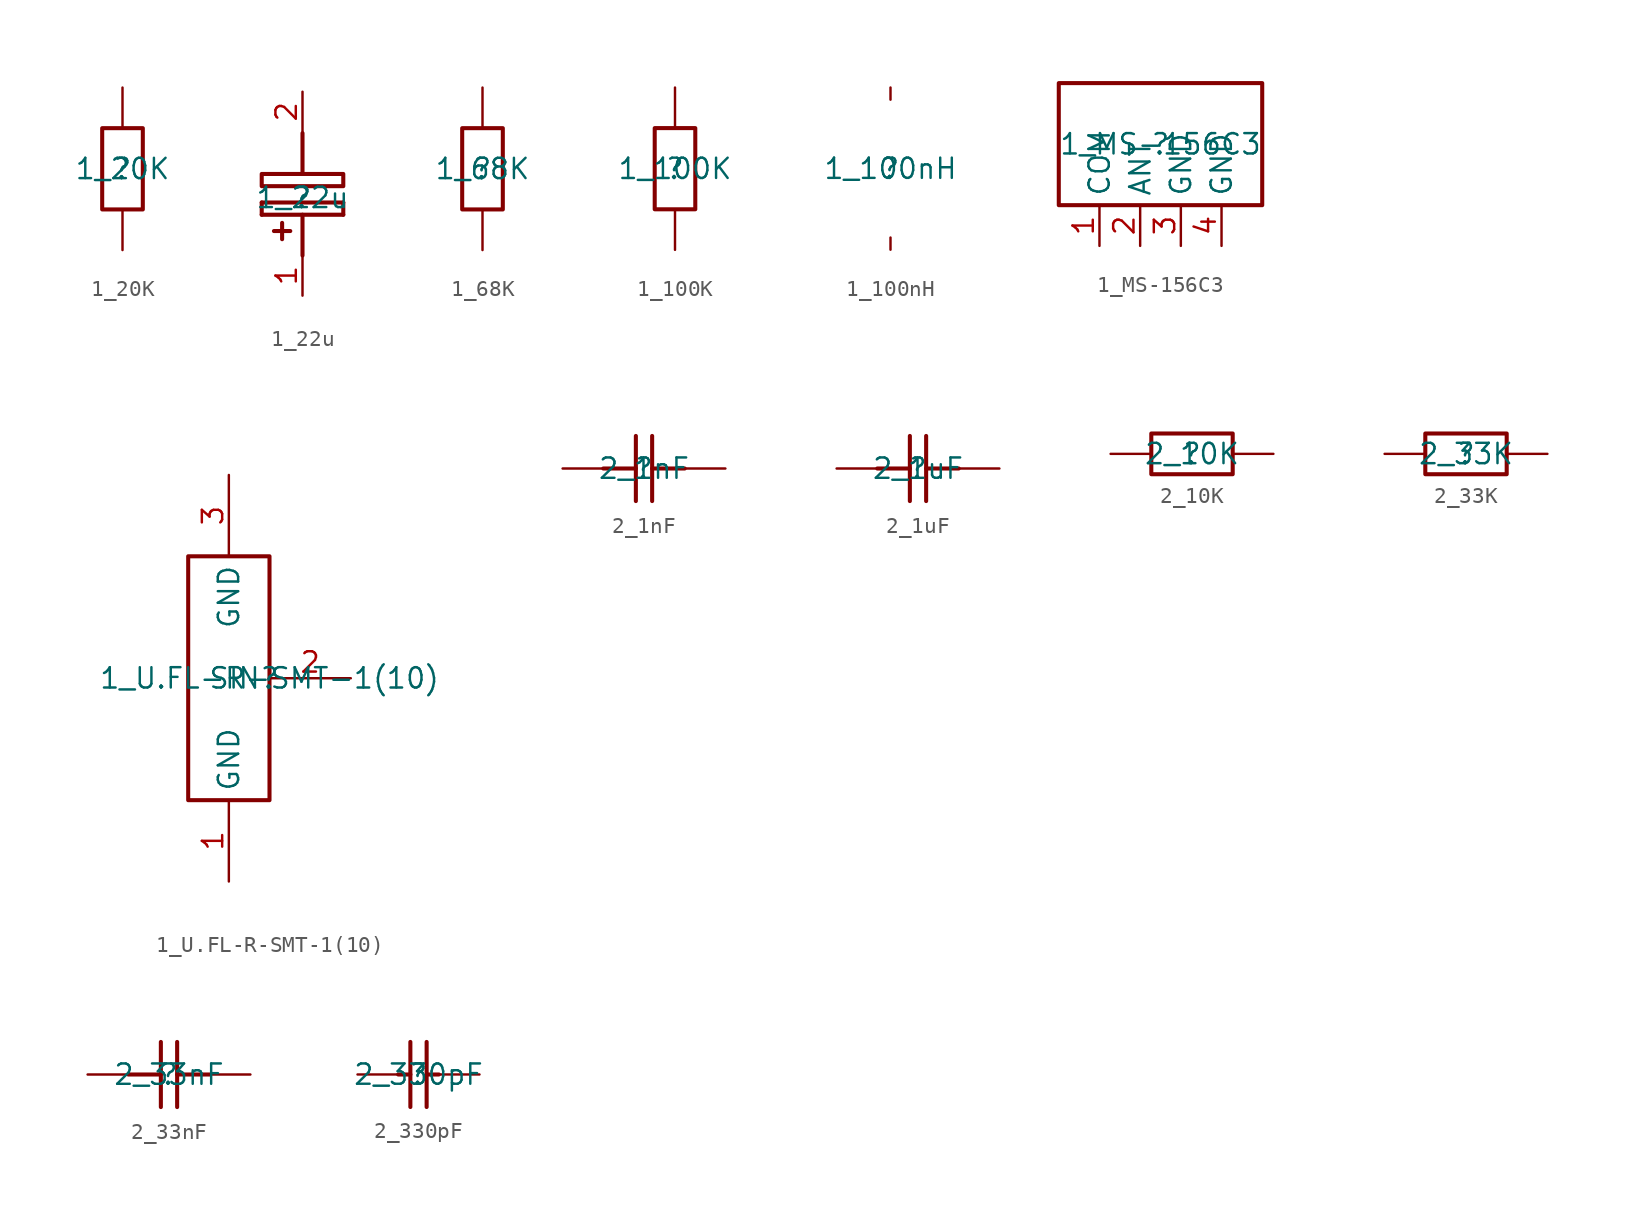
<source format=kicad_sym>
(kicad_symbol_lib
  (version 20211014)
  (generator kicad_symbol_editor)
  (symbol "1_20K"
    (property "Reference" ""
      (at 0 0 0)
      (effects (font (size 1.27 1.27))))
    (property "Value" "1_20K"
      (at 0 0 0)
      (effects (font (size 1.27 1.27))))
    (symbol "1_20K_1_0"
      (rectangle (start 1.27 2.54) (end -1.27 -2.54) (stroke (width 0.254) (type default) (color 0 0 0 0)) (fill (type none)))
      (pin passive line (at 0 -5.08 90) (length 2.54) (name "1" (effects (font (size 0 0)))) (number "1" (effects (font (size 0 0)))))
      (pin passive line (at 0 5.08 270) (length 2.54) (name "2" (effects (font (size 0 0)))) (number "2" (effects (font (size 0 0)))))))
  (symbol "1_22u"
    (property "Reference" ""
      (at 0 0 0)
      (effects (font (size 1.27 1.27))))
    (property "Value" "1_22u"
      (at 0 0 0)
      (effects (font (size 1.27 1.27))))
    (symbol "1_22u_1_0"
      (polyline (pts (xy -2.54 -1.057) (xy -2.54 -0.295)) (stroke (width 0.254) (type default) (color 0 0 0 0)) (fill (type none)))
      (polyline (pts (xy -2.54 -1.057) (xy 2.54 -1.057)) (stroke (width 0.254) (type default) (color 0 0 0 0)) (fill (type none)))
      (polyline (pts (xy -1.778 -2.073) (xy -0.762 -2.073)) (stroke (width 0.254) (type default) (color 0 0 0 0)) (fill (type none)))
      (polyline (pts (xy -1.27 -1.565) (xy -1.27 -2.581)) (stroke (width 0.254) (type default) (color 0 0 0 0)) (fill (type none)))
      (polyline (pts (xy 0 -3.597) (xy 0 -1.057)) (stroke (width 0.254) (type default) (color 0 0 0 0)) (fill (type none)))
      (polyline (pts (xy 0 1.483) (xy 0 4.023)) (stroke (width 0.254) (type default) (color 0 0 0 0)) (fill (type none)))
      (polyline (pts (xy 2.54 -0.295) (xy -2.54 -0.295)) (stroke (width 0.254) (type default) (color 0 0 0 0)) (fill (type none)))
      (polyline (pts (xy 2.54 -0.295) (xy 2.54 -1.057)) (stroke (width 0.254) (type default) (color 0 0 0 0)) (fill (type none)))
      (polyline (pts (xy -2.54 1.483) (xy 2.54 1.483) (xy 2.54 1.483) (xy 2.54 1.483) (xy 2.54 1.483) (xy 2.54 0.721) (xy 2.54 0.721) (xy 2.54 0.721) (xy 2.54 0.721) (xy -2.54 0.721) (xy -2.54 0.721) (xy -2.54 0.721) (xy -2.54 0.721) (xy -2.54 1.483)) (stroke (width 0.254) (type default) (color 0 0 0 0)) (fill (type none)))
      (pin passive line (at 0 -6.096 90) (length 2.5) (name "+" (effects (font (size 0 0)))) (number "1" (effects (font (size 1.27 1.27)))))
      (pin passive line (at 0 6.604 270) (length 2.5) (name "-" (effects (font (size 0 0)))) (number "2" (effects (font (size 1.27 1.27)))))))
  (symbol "1_68K"
    (property "Reference" ""
      (at 0 0 0)
      (effects (font (size 1.27 1.27))))
    (property "Value" "1_68K"
      (at 0 0 0)
      (effects (font (size 1.27 1.27))))
    (symbol "1_68K_1_0"
      (rectangle (start 1.27 2.54) (end -1.27 -2.54) (stroke (width 0.254) (type default) (color 0 0 0 0)) (fill (type none)))
      (pin passive line (at 0 -5.08 90) (length 2.54) (name "1" (effects (font (size 0 0)))) (number "1" (effects (font (size 0 0)))))
      (pin passive line (at 0 5.08 270) (length 2.54) (name "2" (effects (font (size 0 0)))) (number "2" (effects (font (size 0 0)))))))
  (symbol "1_100K"
    (property "Reference" ""
      (at 0 0 0)
      (effects (font (size 1.27 1.27))))
    (property "Value" "1_100K"
      (at 0 0 0)
      (effects (font (size 1.27 1.27))))
    (symbol "1_100K_1_0"
      (rectangle (start 1.27 2.54) (end -1.27 -2.54) (stroke (width 0.254) (type default) (color 0 0 0 0)) (fill (type none)))
      (pin passive line (at 0 -5.08 90) (length 2.54) (name "1" (effects (font (size 0 0)))) (number "1" (effects (font (size 0 0)))))
      (pin passive line (at 0 5.08 270) (length 2.54) (name "2" (effects (font (size 0 0)))) (number "2" (effects (font (size 0 0)))))))
  (symbol "1_100nH"
    (property "Reference" ""
      (at 0 0 0)
      (effects (font (size 1.27 1.27))))
    (property "Value" "1_100nH"
      (at 0 0 0)
      (effects (font (size 1.27 1.27))))
    (symbol "1_100nH_1_0"
      (pin passive line (at 0 -5.08 90) (length 0.762) (name "1" (effects (font (size 0 0)))) (number "1" (effects (font (size 0 0)))))
      (pin passive line (at 0 5.08 270) (length 0.762) (name "2" (effects (font (size 0 0)))) (number "2" (effects (font (size 0 0)))))))
  (symbol "1_MS-156C3"
    (property "Reference" ""
      (at 0 0 0)
      (effects (font (size 1.27 1.27))))
    (property "Value" "1_MS-156C3"
      (at 0 0 0)
      (effects (font (size 1.27 1.27))))
    (symbol "1_MS-156C3_1_0"
      (rectangle (start 6.35 3.81) (end -6.35 -3.81) (stroke (width 0.254) (type default) (color 0 0 0 0)) (fill (type none)))
      (pin passive line (at -3.81 -6.35 90) (length 2.54) (name "COM" (effects (font (size 1.27 1.27)))) (number "1" (effects (font (size 1.27 1.27)))))
      (pin passive line (at -1.27 -6.35 90) (length 2.54) (name "ANT" (effects (font (size 1.27 1.27)))) (number "2" (effects (font (size 1.27 1.27)))))
      (pin passive line (at 1.27 -6.35 90) (length 2.54) (name "GND" (effects (font (size 1.27 1.27)))) (number "3" (effects (font (size 1.27 1.27)))))
      (pin passive line (at 3.81 -6.35 90) (length 2.54) (name "GND" (effects (font (size 1.27 1.27)))) (number "4" (effects (font (size 1.27 1.27)))))))
  (symbol "1_U.FL-R-SMT-1(10)"
    (property "Reference" ""
      (at 0 0 0)
      (effects (font (size 1.27 1.27))))
    (property "Value" "1_U.FL-R-SMT-1(10)"
      (at 0 0 0)
      (effects (font (size 1.27 1.27))))
    (symbol "1_U.FL-R-SMT-1(10)_1_0"
      (rectangle (start 0 7.62) (end -5.08 -7.62) (stroke (width 0.254) (type default) (color 0 0 0 0)) (fill (type none)))
      (pin passive line (at -2.54 -12.7 90) (length 5.08) (name "GND" (effects (font (size 1.27 1.27)))) (number "1" (effects (font (size 1.27 1.27)))))
      (pin passive line (at 5.08 0 180) (length 5.08) (name "SIN" (effects (font (size 1.27 1.27)))) (number "2" (effects (font (size 1.27 1.27)))))
      (pin passive line (at -2.54 12.7 270) (length 5.08) (name "GND" (effects (font (size 1.27 1.27)))) (number "3" (effects (font (size 1.27 1.27)))))))
  (symbol "2_1nF"
    (property "Reference" ""
      (at 0 0 0)
      (effects (font (size 1.27 1.27))))
    (property "Value" "2_1nF"
      (at 0 0 0)
      (effects (font (size 1.27 1.27))))
    (symbol "2_1nF_1_0"
      (polyline (pts (xy -2.54 0) (xy -0.508 0)) (stroke (width 0.254) (type default) (color 0 0 0 0)) (fill (type none)))
      (polyline (pts (xy -0.508 -2.032) (xy -0.508 2.032)) (stroke (width 0.254) (type default) (color 0 0 0 0)) (fill (type none)))
      (polyline (pts (xy 0.508 0) (xy 2.54 0)) (stroke (width 0.254) (type default) (color 0 0 0 0)) (fill (type none)))
      (polyline (pts (xy 0.508 2.032) (xy 0.508 -2.032)) (stroke (width 0.254) (type default) (color 0 0 0 0)) (fill (type none)))
      (pin passive line (at 5.08 0 180) (length 2.54) (name "1" (effects (font (size 0 0)))) (number "1" (effects (font (size 0 0)))))
      (pin passive line (at -5.08 0 0) (length 2.54) (name "2" (effects (font (size 0 0)))) (number "2" (effects (font (size 0 0)))))))
  (symbol "2_1uF"
    (property "Reference" ""
      (at 0 0 0)
      (effects (font (size 1.27 1.27))))
    (property "Value" "2_1uF"
      (at 0 0 0)
      (effects (font (size 1.27 1.27))))
    (symbol "2_1uF_1_0"
      (polyline (pts (xy -2.54 0) (xy -0.508 0)) (stroke (width 0.254) (type default) (color 0 0 0 0)) (fill (type none)))
      (polyline (pts (xy -0.508 -2.032) (xy -0.508 2.032)) (stroke (width 0.254) (type default) (color 0 0 0 0)) (fill (type none)))
      (polyline (pts (xy 0.508 0) (xy 2.54 0)) (stroke (width 0.254) (type default) (color 0 0 0 0)) (fill (type none)))
      (polyline (pts (xy 0.508 2.032) (xy 0.508 -2.032)) (stroke (width 0.254) (type default) (color 0 0 0 0)) (fill (type none)))
      (pin passive line (at 5.08 0 180) (length 2.54) (name "1" (effects (font (size 0 0)))) (number "1" (effects (font (size 0 0)))))
      (pin passive line (at -5.08 0 0) (length 2.54) (name "2" (effects (font (size 0 0)))) (number "2" (effects (font (size 0 0)))))))
  (symbol "2_10K"
    (property "Reference" ""
      (at 0 0 0)
      (effects (font (size 1.27 1.27))))
    (property "Value" "2_10K"
      (at 0 0 0)
      (effects (font (size 1.27 1.27))))
    (symbol "2_10K_1_0"
      (rectangle (start 2.54 1.27) (end -2.54 -1.27) (stroke (width 0.254) (type default) (color 0 0 0 0)) (fill (type none)))
      (pin passive line (at 5.08 0 180) (length 2.54) (name "1" (effects (font (size 0 0)))) (number "1" (effects (font (size 0 0)))))
      (pin passive line (at -5.08 0 0) (length 2.54) (name "2" (effects (font (size 0 0)))) (number "2" (effects (font (size 0 0)))))))
  (symbol "2_33K"
    (property "Reference" ""
      (at 0 0 0)
      (effects (font (size 1.27 1.27))))
    (property "Value" "2_33K"
      (at 0 0 0)
      (effects (font (size 1.27 1.27))))
    (symbol "2_33K_1_0"
      (rectangle (start 2.54 1.27) (end -2.54 -1.27) (stroke (width 0.254) (type default) (color 0 0 0 0)) (fill (type none)))
      (pin passive line (at 5.08 0 180) (length 2.54) (name "1" (effects (font (size 0 0)))) (number "1" (effects (font (size 0 0)))))
      (pin passive line (at -5.08 0 0) (length 2.54) (name "2" (effects (font (size 0 0)))) (number "2" (effects (font (size 0 0)))))))
  (symbol "2_33nF"
    (property "Reference" ""
      (at 0 0 0)
      (effects (font (size 1.27 1.27))))
    (property "Value" "2_33nF"
      (at 0 0 0)
      (effects (font (size 1.27 1.27))))
    (symbol "2_33nF_1_0"
      (polyline (pts (xy -2.54 0) (xy -0.508 0)) (stroke (width 0.254) (type default) (color 0 0 0 0)) (fill (type none)))
      (polyline (pts (xy -0.508 -2.032) (xy -0.508 2.032)) (stroke (width 0.254) (type default) (color 0 0 0 0)) (fill (type none)))
      (polyline (pts (xy 0.508 0) (xy 2.54 0)) (stroke (width 0.254) (type default) (color 0 0 0 0)) (fill (type none)))
      (polyline (pts (xy 0.508 2.032) (xy 0.508 -2.032)) (stroke (width 0.254) (type default) (color 0 0 0 0)) (fill (type none)))
      (pin passive line (at 5.08 0 180) (length 2.54) (name "1" (effects (font (size 0 0)))) (number "1" (effects (font (size 0 0)))))
      (pin passive line (at -5.08 0 0) (length 2.54) (name "2" (effects (font (size 0 0)))) (number "2" (effects (font (size 0 0)))))))
  (symbol "2_330pF"
    (property "Reference" ""
      (at 0 0 0)
      (effects (font (size 1.27 1.27))))
    (property "Value" "2_330pF"
      (at 0 0 0)
      (effects (font (size 1.27 1.27))))
    (symbol "2_330pF_1_0"
      (polyline (pts (xy -0.508 -2.032) (xy -0.508 2.032)) (stroke (width 0.254) (type default) (color 0 0 0 0)) (fill (type none)))
      (polyline (pts (xy -0.508 0) (xy -1.27 0)) (stroke (width 0.254) (type default) (color 0 0 0 0)) (fill (type none)))
      (polyline (pts (xy 0.508 -2.032) (xy 0.508 2.032)) (stroke (width 0.254) (type default) (color 0 0 0 0)) (fill (type none)))
      (polyline (pts (xy 1.27 0) (xy 0.508 0)) (stroke (width 0.254) (type default) (color 0 0 0 0)) (fill (type none)))
      (pin passive line (at 3.81 0 180) (length 2.54) (name "1" (effects (font (size 0 0)))) (number "1" (effects (font (size 0 0)))))
      (pin passive line (at -3.81 0 0) (length 2.54) (name "2" (effects (font (size 0 0)))) (number "2" (effects (font (size 0 0))))))))
</source>
